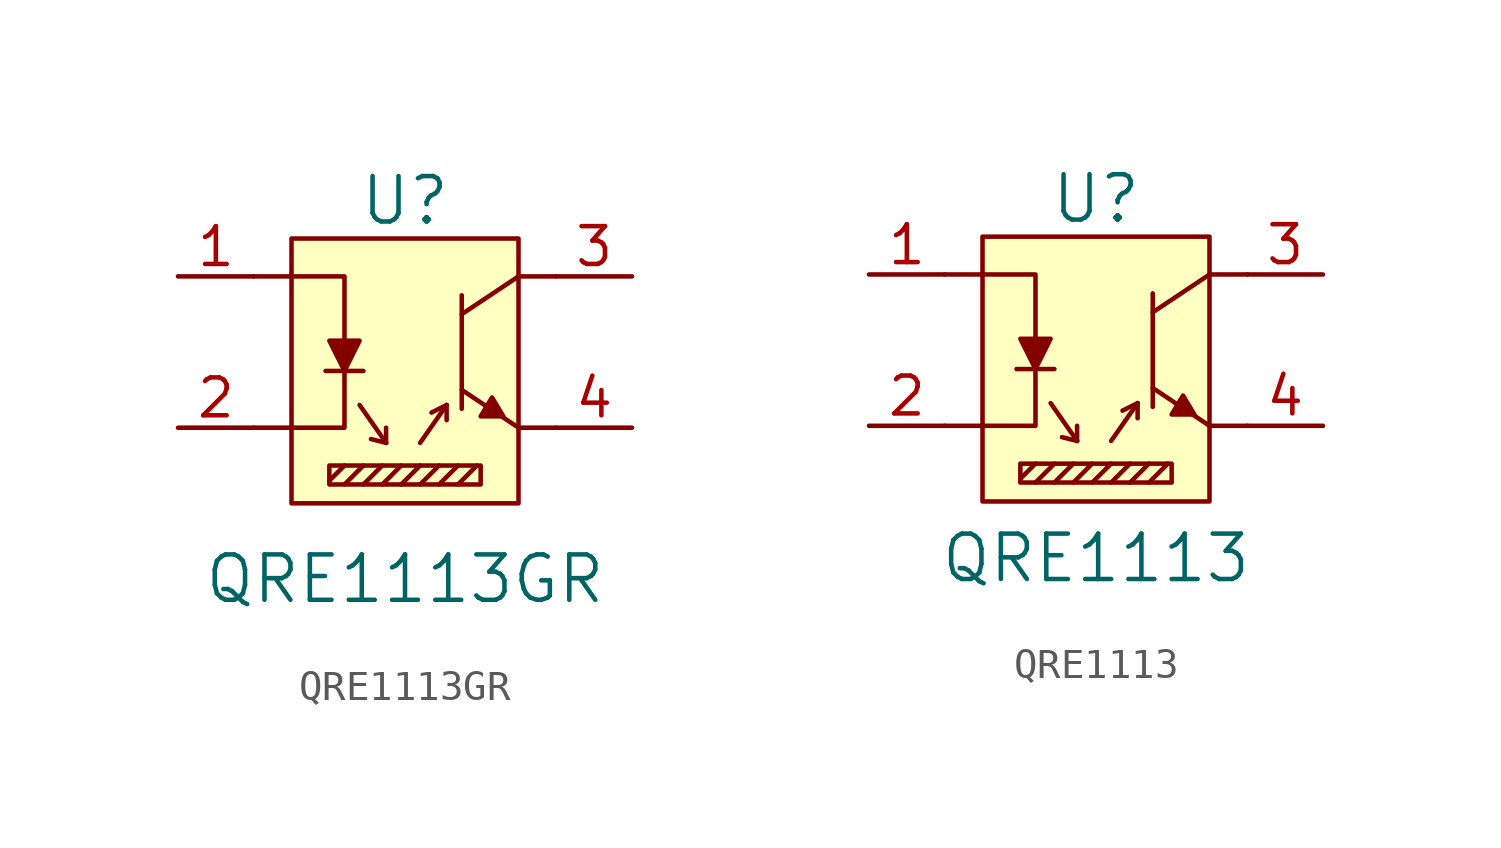
<source format=kicad_sym>
(kicad_symbol_lib
  (version 20201005)
  (generator kicad_symbol_editor)
  (symbol "QRE1113GR"
    (pin_names
      (offset 0))
    (property "Reference" "U"
      (at 0 5.08 0)
      (effects (font (size 1.524 1.524))))
    (property "Value" "QRE1113GR"
      (at 0 -7.62 0)
      (effects (font (size 1.524 1.524))))
    (symbol "QRE1113GR_0_1"
      (rectangle (start -3.81 3.81) (end 3.81 -5.08) (stroke (width 0)) (fill (type background)))
      (rectangle (start -2.54 -3.81) (end 2.54 -4.445) (stroke (width 0)) (fill (type none)))
      (polyline (pts (xy -2.667 -0.635) (xy -1.397 -0.635)) (stroke (width 0)) (fill (type none)))
      (polyline (pts (xy -2.54 -4.318) (xy -2.032 -3.81)) (stroke (width 0)) (fill (type none)))
      (polyline (pts (xy -2.032 -4.445) (xy -1.397 -3.81)) (stroke (width 0)) (fill (type none)))
      (polyline (pts (xy -1.524 -1.778) (xy -0.635 -3.048)) (stroke (width 0)) (fill (type none)))
      (polyline (pts (xy -1.397 -4.445) (xy -0.762 -3.81)) (stroke (width 0)) (fill (type none)))
      (polyline (pts (xy -0.762 -4.445) (xy -0.127 -3.81)) (stroke (width 0)) (fill (type none)))
      (polyline (pts (xy -0.635 -3.048) (xy -1.143 -2.921)) (stroke (width 0)) (fill (type none)))
      (polyline (pts (xy -0.635 -3.048) (xy -0.635 -2.54)) (stroke (width 0)) (fill (type none)))
      (polyline (pts (xy -0.127 -4.445) (xy 0.508 -3.81)) (stroke (width 0)) (fill (type none)))
      (polyline (pts (xy 0.508 -4.445) (xy 1.143 -3.81)) (stroke (width 0)) (fill (type none)))
      (polyline (pts (xy 0.508 -3.048) (xy 1.397 -1.778)) (stroke (width 0)) (fill (type none)))
      (polyline (pts (xy 1.143 -4.445) (xy 1.778 -3.81)) (stroke (width 0)) (fill (type none)))
      (polyline (pts (xy 1.397 -1.778) (xy 0.889 -2.032)) (stroke (width 0)) (fill (type none)))
      (polyline (pts (xy 1.397 -1.778) (xy 1.397 -2.286)) (stroke (width 0)) (fill (type none)))
      (polyline (pts (xy 1.778 -4.445) (xy 2.413 -3.81)) (stroke (width 0)) (fill (type none)))
      (polyline (pts (xy 1.905 -1.27) (xy 3.81 -2.54)) (stroke (width 0)) (fill (type none)))
      (polyline (pts (xy 1.905 1.905) (xy 1.905 -1.905)) (stroke (width 0)) (fill (type none)))
      (polyline (pts (xy 3.81 -2.54) (xy 5.08 -2.54)) (stroke (width 0)) (fill (type none)))
      (polyline (pts (xy 3.81 2.54) (xy 1.905 1.27)) (stroke (width 0)) (fill (type none)))
      (polyline (pts (xy 3.81 2.54) (xy 5.08 2.54)) (stroke (width 0)) (fill (type none)))
      (polyline (pts (xy -5.08 2.54) (xy -2.032 2.54) (xy -2.032 0.381)) (stroke (width 0)) (fill (type none)))
      (polyline (pts (xy -2.032 -0.635) (xy -2.032 -2.54) (xy -5.08 -2.54)) (stroke (width 0)) (fill (type none)))
      (polyline (pts (xy -2.54 0.381) (xy -1.524 0.381) (xy -2.032 -0.635) (xy -2.54 0.381)) (stroke (width 0)) (fill (type outline)))
      (polyline (pts (xy 2.921 -1.524) (xy 2.54 -2.159) (xy 3.302 -2.159) (xy 2.921 -1.524)) (stroke (width 0)) (fill (type outline))))
    (symbol "QRE1113GR_1_1"
      (pin passive line (at -7.62 2.54 0) (length 2.54) (name "~" (effects (font (size 1.27 1.27)))) (number "1" (effects (font (size 1.27 1.27)))))
      (pin passive line (at -7.62 -2.54 0) (length 2.54) (name "~" (effects (font (size 1.27 1.27)))) (number "2" (effects (font (size 1.27 1.27)))))
      (pin passive line (at 7.62 2.54 180) (length 2.54) (name "~" (effects (font (size 1.27 1.27)))) (number "3" (effects (font (size 1.27 1.27)))))
      (pin passive line (at 7.62 -2.54 180) (length 2.54) (name "~" (effects (font (size 1.27 1.27)))) (number "4" (effects (font (size 1.27 1.27)))))))
  (symbol "QRE1113"
    (pin_names
      (offset 0))
    (property "Reference" "U"
      (at 0 5.08 0)
      (effects (font (size 1.524 1.524))))
    (property "Value" "QRE1113"
      (at 0 -6.985 0)
      (effects (font (size 1.524 1.524))))
    (symbol "QRE1113_0_1"
      (rectangle (start -3.81 3.81) (end 3.81 -5.08) (stroke (width 0)) (fill (type background)))
      (rectangle (start -2.54 -3.81) (end 2.54 -4.445) (stroke (width 0)) (fill (type none)))
      (polyline (pts (xy -2.667 -0.635) (xy -1.397 -0.635)) (stroke (width 0)) (fill (type none)))
      (polyline (pts (xy -2.54 -4.318) (xy -2.032 -3.81)) (stroke (width 0)) (fill (type none)))
      (polyline (pts (xy -2.032 -4.445) (xy -1.397 -3.81)) (stroke (width 0)) (fill (type none)))
      (polyline (pts (xy -1.524 -1.778) (xy -0.635 -3.048)) (stroke (width 0)) (fill (type none)))
      (polyline (pts (xy -1.397 -4.445) (xy -0.762 -3.81)) (stroke (width 0)) (fill (type none)))
      (polyline (pts (xy -0.762 -4.445) (xy -0.127 -3.81)) (stroke (width 0)) (fill (type none)))
      (polyline (pts (xy -0.635 -3.048) (xy -1.143 -2.921)) (stroke (width 0)) (fill (type none)))
      (polyline (pts (xy -0.635 -3.048) (xy -0.635 -2.54)) (stroke (width 0)) (fill (type none)))
      (polyline (pts (xy -0.127 -4.445) (xy 0.508 -3.81)) (stroke (width 0)) (fill (type none)))
      (polyline (pts (xy 0.508 -4.445) (xy 1.143 -3.81)) (stroke (width 0)) (fill (type none)))
      (polyline (pts (xy 0.508 -3.048) (xy 1.397 -1.778)) (stroke (width 0)) (fill (type none)))
      (polyline (pts (xy 1.143 -4.445) (xy 1.778 -3.81)) (stroke (width 0)) (fill (type none)))
      (polyline (pts (xy 1.397 -1.778) (xy 0.889 -2.032)) (stroke (width 0)) (fill (type none)))
      (polyline (pts (xy 1.397 -1.778) (xy 1.397 -2.286)) (stroke (width 0)) (fill (type none)))
      (polyline (pts (xy 1.778 -4.445) (xy 2.413 -3.81)) (stroke (width 0)) (fill (type none)))
      (polyline (pts (xy 1.905 -1.27) (xy 3.81 -2.54)) (stroke (width 0)) (fill (type none)))
      (polyline (pts (xy 1.905 1.905) (xy 1.905 -1.905)) (stroke (width 0)) (fill (type none)))
      (polyline (pts (xy 3.81 -2.54) (xy 5.08 -2.54)) (stroke (width 0)) (fill (type none)))
      (polyline (pts (xy 3.81 2.54) (xy 1.905 1.27)) (stroke (width 0)) (fill (type none)))
      (polyline (pts (xy 3.81 2.54) (xy 5.08 2.54)) (stroke (width 0)) (fill (type none)))
      (polyline (pts (xy -5.08 2.54) (xy -2.032 2.54) (xy -2.032 0.381)) (stroke (width 0)) (fill (type none)))
      (polyline (pts (xy -2.032 -0.635) (xy -2.032 -2.54) (xy -5.08 -2.54)) (stroke (width 0)) (fill (type none)))
      (polyline (pts (xy -2.54 0.381) (xy -1.524 0.381) (xy -2.032 -0.635) (xy -2.54 0.381)) (stroke (width 0)) (fill (type outline)))
      (polyline (pts (xy 2.921 -1.524) (xy 2.54 -2.159) (xy 3.302 -2.159) (xy 2.921 -1.524)) (stroke (width 0)) (fill (type outline))))
    (symbol "QRE1113_1_1"
      (pin passive line (at -7.62 2.54 0) (length 2.54) (name "~" (effects (font (size 1.27 1.27)))) (number "1" (effects (font (size 1.27 1.27)))))
      (pin passive line (at -7.62 -2.54 0) (length 2.54) (name "~" (effects (font (size 1.27 1.27)))) (number "2" (effects (font (size 1.27 1.27)))))
      (pin passive line (at 7.62 2.54 180) (length 2.54) (name "~" (effects (font (size 1.27 1.27)))) (number "3" (effects (font (size 1.27 1.27)))))
      (pin passive line (at 7.62 -2.54 180) (length 2.54) (name "~" (effects (font (size 1.27 1.27)))) (number "4" (effects (font (size 1.27 1.27))))))))
</source>
